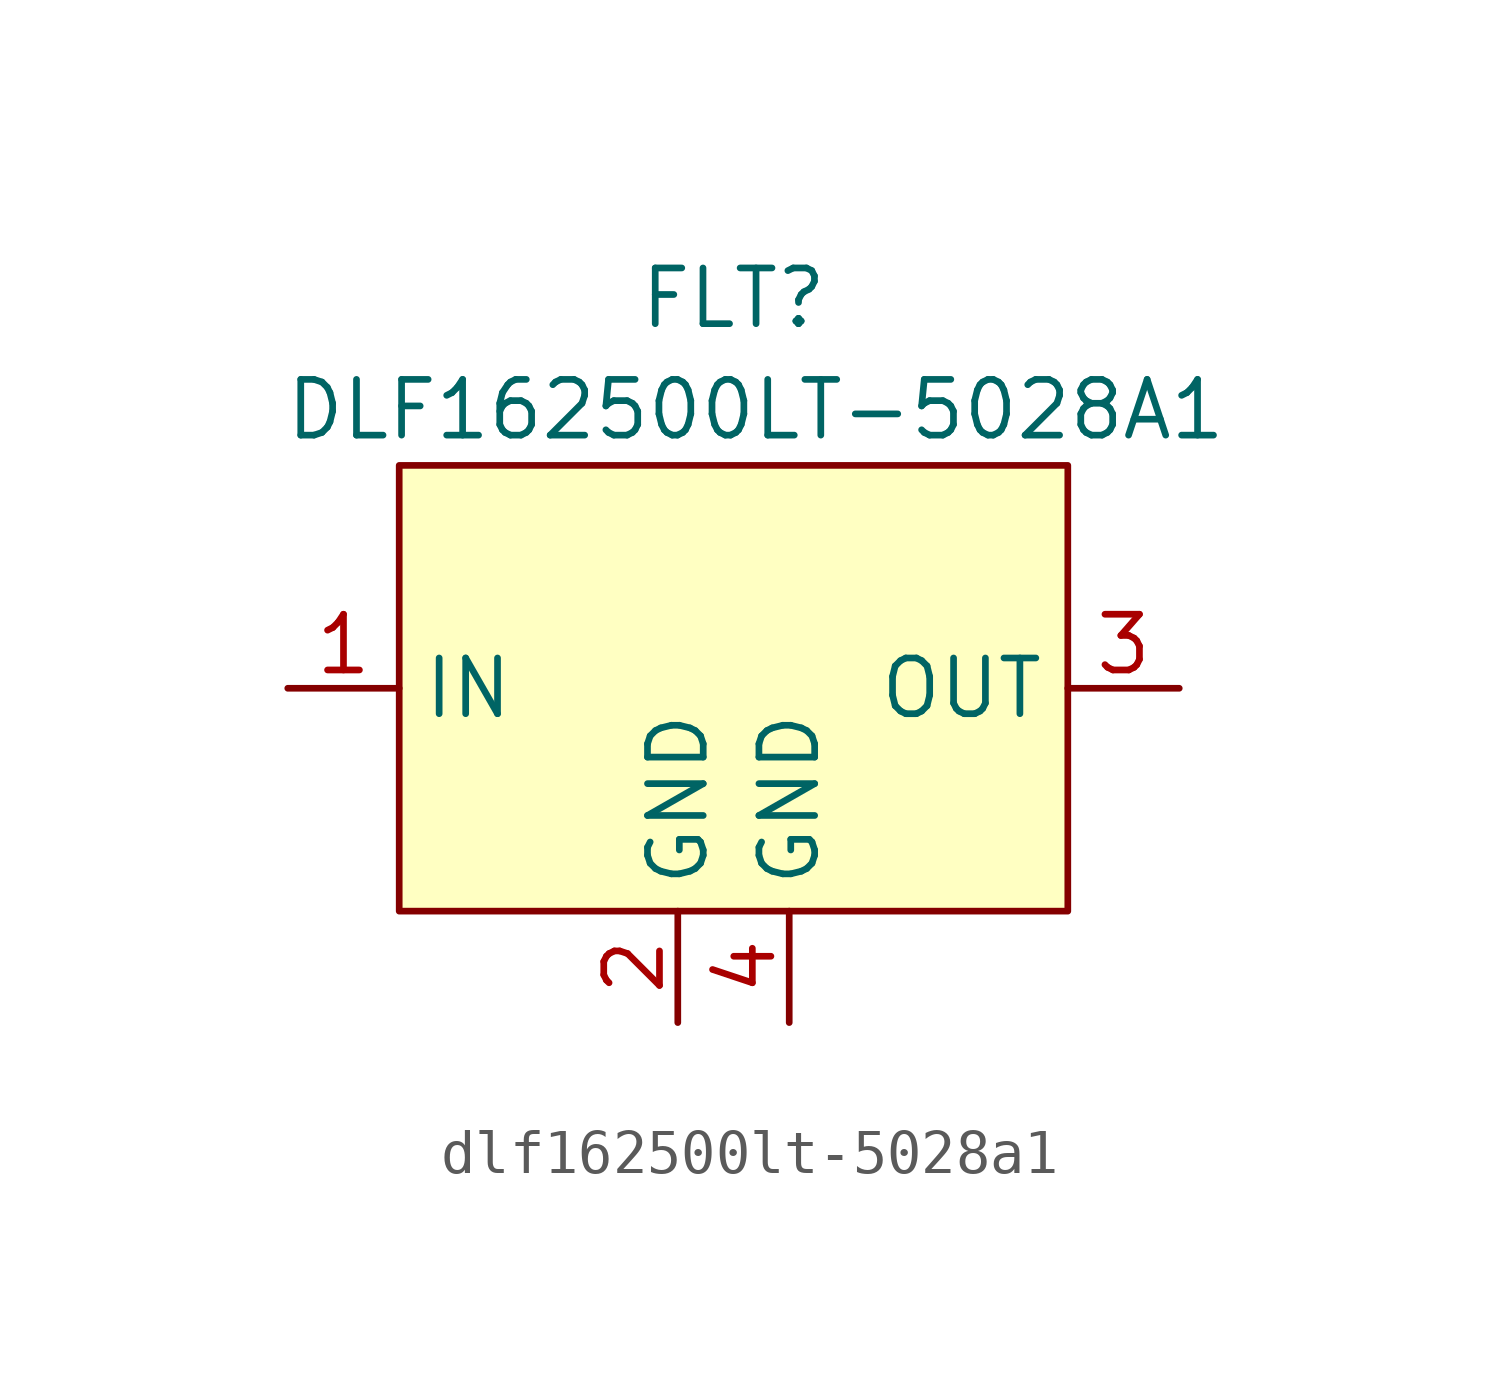
<source format=kicad_sym>
(kicad_symbol_lib
  (version 20241209)
  (generator "kicad_symbol_editor")
  (generator_version "9.0")
  (symbol "dlf162500lt-5028a1"
    (property "Reference" "FLT"
      (at 0 8.89 0)
      (effects (font (size 1.27 1.27))))
    (property "Value" "DLF162500LT-5028A1"
      (at 0.508 6.35 0)
      (effects (font (size 1.27 1.27))))
    (symbol "dlf162500lt-5028a1_0_0"
      (pin passive line (at -10.16 0 0) (length 2.54) (name "IN" (effects (font (size 1.27 1.27)))) (number "1" (effects (font (size 1.27 1.27)))))
      (pin passive line (at -1.27 -7.62 90) (length 2.54) (name "GND" (effects (font (size 1.27 1.27)))) (number "2" (effects (font (size 1.27 1.27)))))
      (pin passive line (at 1.27 -7.62 90) (length 2.54) (name "GND" (effects (font (size 1.27 1.27)))) (number "4" (effects (font (size 1.27 1.27)))))
      (pin passive line (at 10.16 0 180) (length 2.54) (name "OUT" (effects (font (size 1.27 1.27)))) (number "3" (effects (font (size 1.27 1.27))))))
    (symbol "dlf162500lt-5028a1_1_1"
      (rectangle (start -7.62 5.08) (end 7.62 -5.08) (stroke (width 0) (type solid)) (fill (type background))))))
</source>
